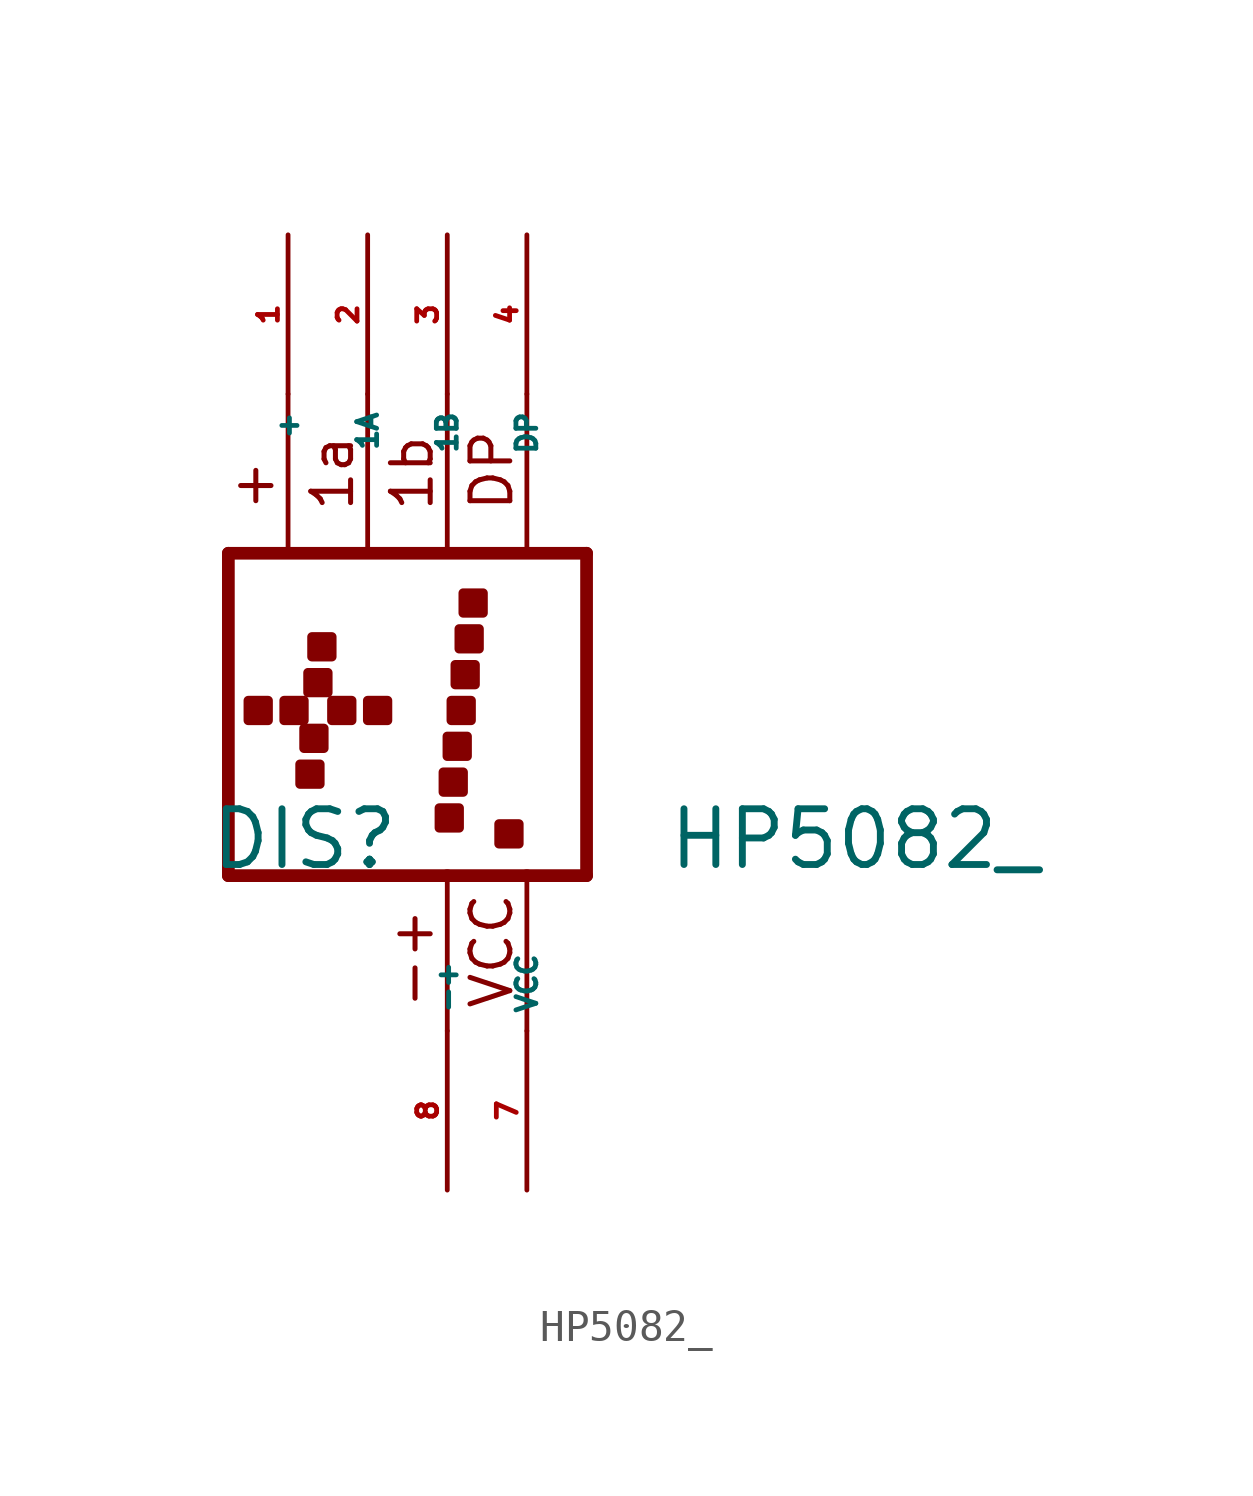
<source format=kicad_sym>
(kicad_symbol_lib
  (version 20220914)
  (generator Eagle2Kicad)
  (symbol "HP5082_"
    (property "Reference" "DIS"
      (at -7.62 -5.08 0)
      (effects (font (size 1.778 1.778) (thickness 0.22)) (justify left bottom)))
    (property "Value" "HP5082_"
      (at 6.985 -5.08 0)
      (effects (font (size 1.778 1.778) (thickness 0.22)) (justify left bottom)))
    (polyline
      (pts (xy -6.985 5.08) (xy 4.445 5.08))
      (stroke (width 0.406) (type default))
      (fill (type none)))
    (polyline
      (pts (xy -6.985 -5.207) (xy -6.985 5.08))
      (stroke (width 0.406) (type default))
      (fill (type none)))
    (polyline
      (pts (xy 4.445 5.08) (xy 4.445 -5.207))
      (stroke (width 0.406) (type default))
      (fill (type none)))
    (polyline
      (pts (xy -5.08 5.207) (xy -5.08 10.16))
      (stroke (width 0.152) (type default))
      (fill (type none)))
    (polyline
      (pts (xy -6.985 -5.207) (xy 0 -5.207))
      (stroke (width 0.406) (type default))
      (fill (type none)))
    (polyline
      (pts (xy 0 -10.16) (xy 0 -5.207))
      (stroke (width 0.152) (type default))
      (fill (type none)))
    (polyline
      (pts (xy 0 -5.207) (xy 2.54 -5.207))
      (stroke (width 0.406) (type default))
      (fill (type none)))
    (polyline
      (pts (xy 2.54 -10.16) (xy 2.54 -5.207))
      (stroke (width 0.152) (type default))
      (fill (type none)))
    (polyline
      (pts (xy 2.54 -5.207) (xy 4.445 -5.207))
      (stroke (width 0.406) (type default))
      (fill (type none)))
    (polyline
      (pts (xy -2.54 5.207) (xy -2.54 10.16))
      (stroke (width 0.152) (type default))
      (fill (type none)))
    (polyline
      (pts (xy 0 5.207) (xy 0 10.16))
      (stroke (width 0.152) (type default))
      (fill (type none)))
    (polyline
      (pts (xy 2.54 5.207) (xy 2.54 10.16))
      (stroke (width 0.152) (type default))
      (fill (type none)))
    (text "VCC"
      (at 2.159 -9.525 900)
      (effects (font (size 1.27 1.27) (thickness 0.16)) (justify left bottom)))
    (text "+"
      (at -5.461 6.35 900)
      (effects (font (size 1.27 1.27) (thickness 0.16)) (justify left bottom)))
    (text "1a"
      (at -2.921 6.35 900)
      (effects (font (size 1.27 1.27) (thickness 0.16)) (justify left bottom)))
    (text "1b"
      (at -0.381 6.35 900)
      (effects (font (size 1.27 1.27) (thickness 0.16)) (justify left bottom)))
    (text "DP"
      (at 2.159 6.35 900)
      (effects (font (size 1.27 1.27) (thickness 0.16)) (justify left bottom)))
    (text "-+"
      (at -0.381 -9.525 900)
      (effects (font (size 1.27 1.27) (thickness 0.16)) (justify left bottom)))
    (rectangle
      (start -4.318 1.778)
      (end -3.683 2.413)
      (stroke (width 0.3) (type default))
      (fill (type outline)))
    (rectangle
      (start 0.508 3.175)
      (end 1.143 3.81)
      (stroke (width 0.3) (type default))
      (fill (type outline)))
    (rectangle
      (start -4.445 0.635)
      (end -3.81 1.27)
      (stroke (width 0.3) (type default))
      (fill (type outline)))
    (rectangle
      (start -6.35 -0.254)
      (end -5.715 0.381)
      (stroke (width 0.3) (type default))
      (fill (type outline)))
    (rectangle
      (start -5.207 -0.254)
      (end -4.572 0.381)
      (stroke (width 0.3) (type default))
      (fill (type outline)))
    (rectangle
      (start -4.572 -1.143)
      (end -3.937 -0.508)
      (stroke (width 0.3) (type default))
      (fill (type outline)))
    (rectangle
      (start -4.699 -2.286)
      (end -4.064 -1.651)
      (stroke (width 0.3) (type default))
      (fill (type outline)))
    (rectangle
      (start -3.683 -0.254)
      (end -3.048 0.381)
      (stroke (width 0.3) (type default))
      (fill (type outline)))
    (rectangle
      (start -2.54 -0.254)
      (end -1.905 0.381)
      (stroke (width 0.3) (type default))
      (fill (type outline)))
    (rectangle
      (start 0.127 -0.254)
      (end 0.762 0.381)
      (stroke (width 0.3) (type default))
      (fill (type outline)))
    (rectangle
      (start 0.381 2.032)
      (end 1.016 2.667)
      (stroke (width 0.3) (type default))
      (fill (type outline)))
    (rectangle
      (start 0.254 0.889)
      (end 0.889 1.524)
      (stroke (width 0.3) (type default))
      (fill (type outline)))
    (rectangle
      (start 0 -1.397)
      (end 0.635 -0.762)
      (stroke (width 0.3) (type default))
      (fill (type outline)))
    (rectangle
      (start -0.127 -2.54)
      (end 0.508 -1.905)
      (stroke (width 0.3) (type default))
      (fill (type outline)))
    (rectangle
      (start -0.254 -3.683)
      (end 0.381 -3.048)
      (stroke (width 0.3) (type default))
      (fill (type outline)))
    (rectangle
      (start 1.651 -4.191)
      (end 2.286 -3.556)
      (stroke (width 0.3) (type default))
      (fill (type outline)))
    (pin passive line
      (at -5.08 15.24 270)
      (length 5.08)
      (name "+" (effects (font (size 0.635 0.635) (thickness 0.08)) (justify left bottom)))
      (number "1" (effects (font (size 0.635 0.635) (thickness 0.08)) (justify left bottom))))
    (pin passive line
      (at -2.54 15.24 270)
      (length 5.08)
      (name "1A" (effects (font (size 0.635 0.635) (thickness 0.08)) (justify left bottom)))
      (number "2" (effects (font (size 0.635 0.635) (thickness 0.08)) (justify left bottom))))
    (pin passive line
      (at 0 15.24 270)
      (length 5.08)
      (name "1B" (effects (font (size 0.635 0.635) (thickness 0.08)) (justify left bottom)))
      (number "3" (effects (font (size 0.635 0.635) (thickness 0.08)) (justify left bottom))))
    (pin passive line
      (at 2.54 15.24 270)
      (length 5.08)
      (name "DP" (effects (font (size 0.635 0.635) (thickness 0.08)) (justify left bottom)))
      (number "4" (effects (font (size 0.635 0.635) (thickness 0.08)) (justify left bottom))))
    (pin passive line
      (at 0 -15.24 90)
      (length 5.08)
      (name "-+" (effects (font (size 0.635 0.635) (thickness 0.08)) (justify left bottom)))
      (number "8" (effects (font (size 0.635 0.635) (thickness 0.08)) (justify left bottom))))
    (pin unspecified line
      (at 2.54 -15.24 90)
      (length 5.08)
      (name "VCC" (effects (font (size 0.635 0.635) (thickness 0.08)) (justify left bottom)))
      (number "7" (effects (font (size 0.635 0.635) (thickness 0.08)) (justify left bottom))))))
</source>
